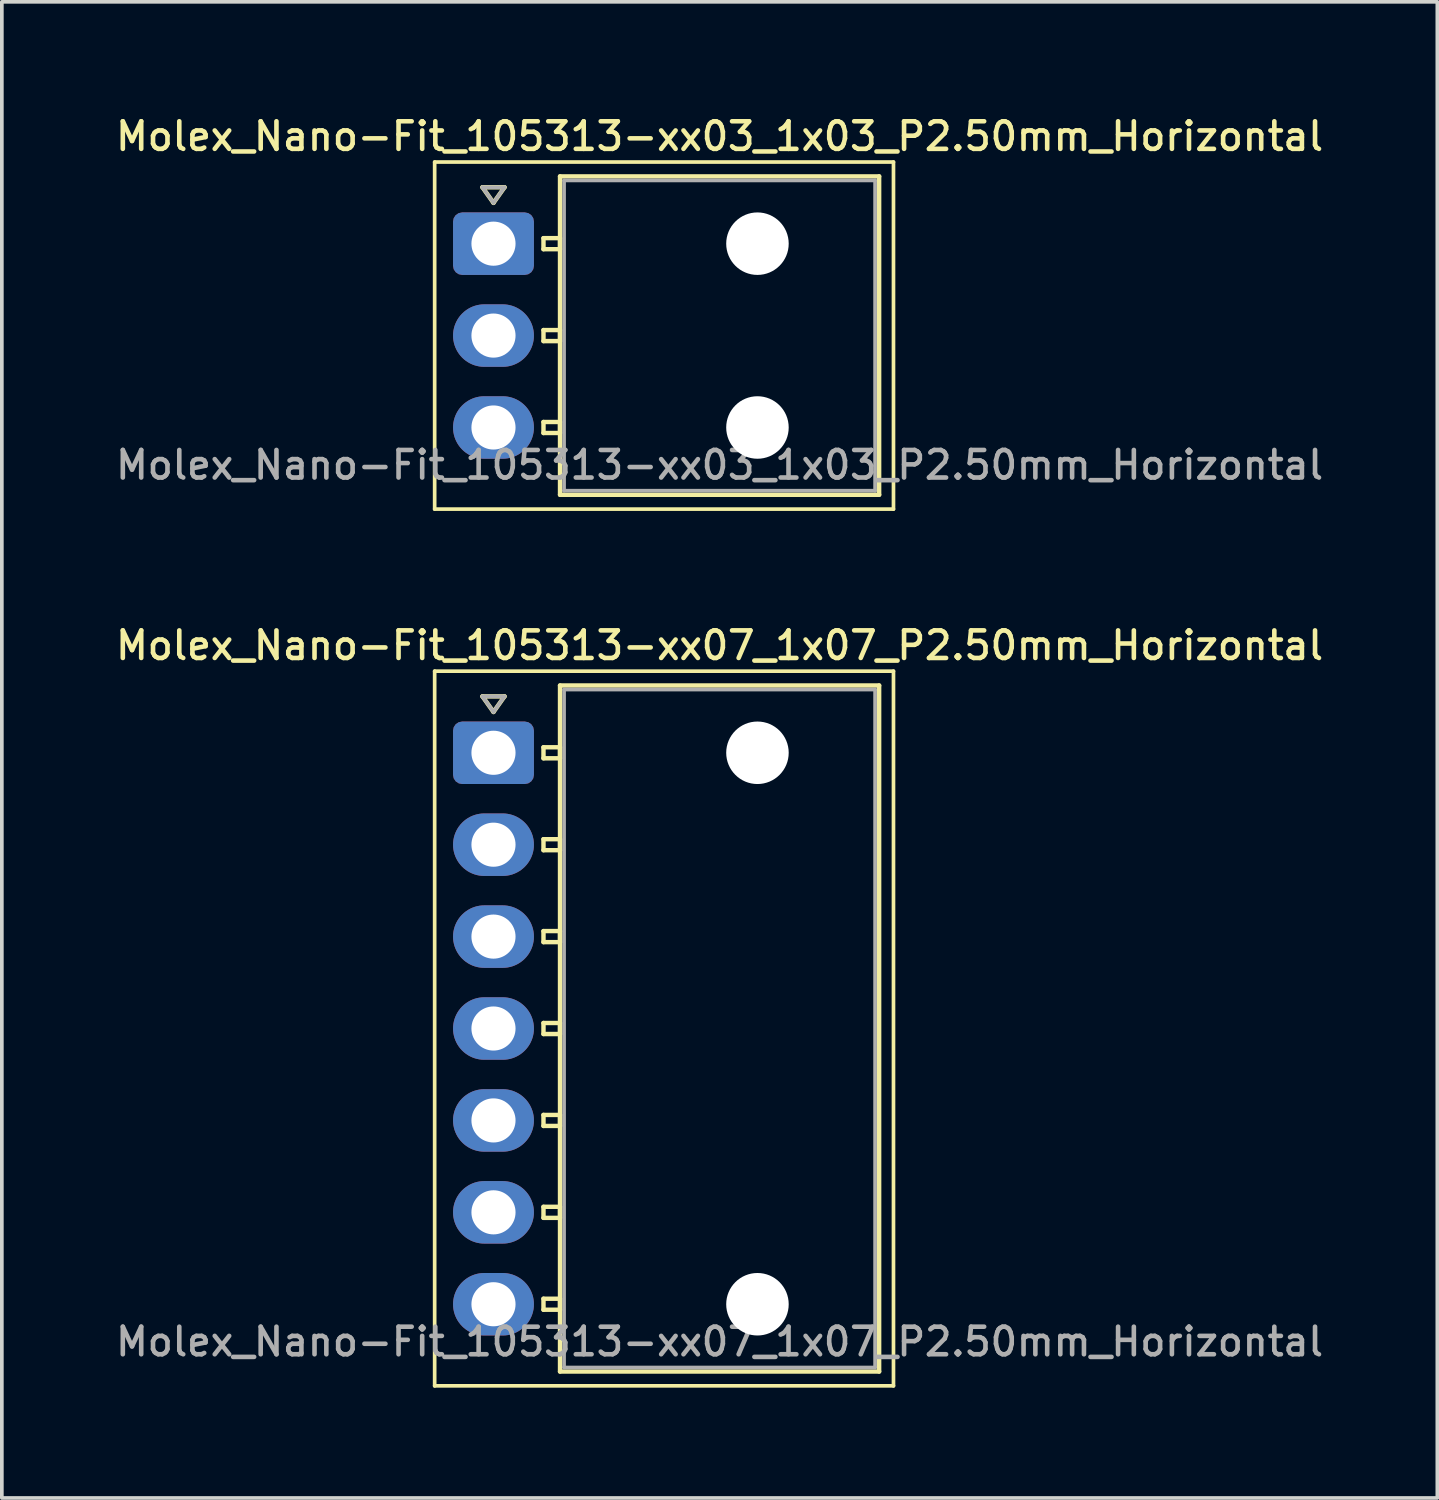
<source format=kicad_pcb>
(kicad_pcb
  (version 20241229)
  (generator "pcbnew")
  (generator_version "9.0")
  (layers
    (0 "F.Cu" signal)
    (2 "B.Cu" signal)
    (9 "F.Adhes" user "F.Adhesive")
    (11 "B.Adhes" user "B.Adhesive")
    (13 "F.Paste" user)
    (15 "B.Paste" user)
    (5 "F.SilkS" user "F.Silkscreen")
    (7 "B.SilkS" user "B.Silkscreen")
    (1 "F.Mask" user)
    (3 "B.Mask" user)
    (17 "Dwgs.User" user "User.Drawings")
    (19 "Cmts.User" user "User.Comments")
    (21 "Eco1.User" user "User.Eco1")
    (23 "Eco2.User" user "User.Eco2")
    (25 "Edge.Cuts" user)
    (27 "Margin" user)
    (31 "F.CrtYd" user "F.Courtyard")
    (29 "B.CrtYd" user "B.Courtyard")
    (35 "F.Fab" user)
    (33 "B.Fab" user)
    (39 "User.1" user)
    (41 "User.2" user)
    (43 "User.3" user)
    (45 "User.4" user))
  (footprint "Molex_Nano-Fit_105313-xx07_1x07_P2.50mm_Horizontal"
    (layer "F.Cu")
    (at 10.373 17.426)
    (property "Reference" "Molex_Nano-Fit_105313-xx07_1x07_P2.50mm_Horizontal" (at 6.15 -2.92 0) (layer "F.SilkS") (effects (font (size 0.75 0.75) (thickness 0.125))))
    (attr through_hole)
    (fp_line (start -1.6 -2.22) (end -1.6 17.22) (stroke (width 0.1) (type solid)) (layer "F.SilkS"))
    (fp_line (start -1.6 17.22) (end 10.88 17.22) (stroke (width 0.1) (type solid)) (layer "F.SilkS"))
    (fp_line (start -0.3 -1.534) (end 0 -1.11) (stroke (width 0.12) (type solid)) (layer "F.SilkS"))
    (fp_line (start 0 -1.11) (end 0.3 -1.534) (stroke (width 0.12) (type solid)) (layer "F.SilkS"))
    (fp_line (start 0.3 -1.534) (end -0.3 -1.534) (stroke (width 0.12) (type solid)) (layer "F.SilkS"))
    (fp_line (start 1.36 -0.15) (end 1.36 0.15) (stroke (width 0.12) (type solid)) (layer "F.SilkS"))
    (fp_line (start 1.36 0.15) (end 1.81 0.15) (stroke (width 0.12) (type solid)) (layer "F.SilkS"))
    (fp_line (start 1.36 2.35) (end 1.36 2.65) (stroke (width 0.12) (type solid)) (layer "F.SilkS"))
    (fp_line (start 1.36 2.65) (end 1.81 2.65) (stroke (width 0.12) (type solid)) (layer "F.SilkS"))
    (fp_line (start 1.36 4.85) (end 1.36 5.15) (stroke (width 0.12) (type solid)) (layer "F.SilkS"))
    (fp_line (start 1.36 5.15) (end 1.81 5.15) (stroke (width 0.12) (type solid)) (layer "F.SilkS"))
    (fp_line (start 1.36 7.35) (end 1.36 7.65) (stroke (width 0.12) (type solid)) (layer "F.SilkS"))
    (fp_line (start 1.36 7.65) (end 1.81 7.65) (stroke (width 0.12) (type solid)) (layer "F.SilkS"))
    (fp_line (start 1.36 9.85) (end 1.36 10.15) (stroke (width 0.12) (type solid)) (layer "F.SilkS"))
    (fp_line (start 1.36 10.15) (end 1.81 10.15) (stroke (width 0.12) (type solid)) (layer "F.SilkS"))
    (fp_line (start 1.36 12.35) (end 1.36 12.65) (stroke (width 0.12) (type solid)) (layer "F.SilkS"))
    (fp_line (start 1.36 12.65) (end 1.81 12.65) (stroke (width 0.12) (type solid)) (layer "F.SilkS"))
    (fp_line (start 1.36 14.85) (end 1.36 15.15) (stroke (width 0.12) (type solid)) (layer "F.SilkS"))
    (fp_line (start 1.36 15.15) (end 1.81 15.15) (stroke (width 0.12) (type solid)) (layer "F.SilkS"))
    (fp_line (start 1.81 -1.83) (end 1.81 16.83) (stroke (width 0.12) (type solid)) (layer "F.SilkS"))
    (fp_line (start 1.81 -0.15) (end 1.36 -0.15) (stroke (width 0.12) (type solid)) (layer "F.SilkS"))
    (fp_line (start 1.81 0.15) (end 1.81 -0.15) (stroke (width 0.12) (type solid)) (layer "F.SilkS"))
    (fp_line (start 1.81 2.35) (end 1.36 2.35) (stroke (width 0.12) (type solid)) (layer "F.SilkS"))
    (fp_line (start 1.81 2.65) (end 1.81 2.35) (stroke (width 0.12) (type solid)) (layer "F.SilkS"))
    (fp_line (start 1.81 4.85) (end 1.36 4.85) (stroke (width 0.12) (type solid)) (layer "F.SilkS"))
    (fp_line (start 1.81 5.15) (end 1.81 4.85) (stroke (width 0.12) (type solid)) (layer "F.SilkS"))
    (fp_line (start 1.81 7.35) (end 1.36 7.35) (stroke (width 0.12) (type solid)) (layer "F.SilkS"))
    (fp_line (start 1.81 7.65) (end 1.81 7.35) (stroke (width 0.12) (type solid)) (layer "F.SilkS"))
    (fp_line (start 1.81 9.85) (end 1.36 9.85) (stroke (width 0.12) (type solid)) (layer "F.SilkS"))
    (fp_line (start 1.81 10.15) (end 1.81 9.85) (stroke (width 0.12) (type solid)) (layer "F.SilkS"))
    (fp_line (start 1.81 12.35) (end 1.36 12.35) (stroke (width 0.12) (type solid)) (layer "F.SilkS"))
    (fp_line (start 1.81 12.65) (end 1.81 12.35) (stroke (width 0.12) (type solid)) (layer "F.SilkS"))
    (fp_line (start 1.81 14.85) (end 1.36 14.85) (stroke (width 0.12) (type solid)) (layer "F.SilkS"))
    (fp_line (start 1.81 15.15) (end 1.81 14.85) (stroke (width 0.12) (type solid)) (layer "F.SilkS"))
    (fp_line (start 1.81 16.83) (end 10.49 16.83) (stroke (width 0.12) (type solid)) (layer "F.SilkS"))
    (fp_line (start 10.49 -1.83) (end 1.81 -1.83) (stroke (width 0.12) (type solid)) (layer "F.SilkS"))
    (fp_line (start 10.49 16.83) (end 10.49 -1.83) (stroke (width 0.12) (type solid)) (layer "F.SilkS"))
    (fp_line (start 10.88 -2.22) (end -1.6 -2.22) (stroke (width 0.1) (type solid)) (layer "F.SilkS"))
    (fp_line (start 10.88 17.22) (end 10.88 -2.22) (stroke (width 0.1) (type solid)) (layer "F.SilkS"))
    (fp_line (start -0.3 -1.534) (end 0 -1.11) (stroke (width 0.1) (type solid)) (layer "F.Fab"))
    (fp_line (start 0 -1.11) (end 0.3 -1.534) (stroke (width 0.1) (type solid)) (layer "F.Fab"))
    (fp_line (start 0.3 -1.534) (end -0.3 -1.534) (stroke (width 0.1) (type solid)) (layer "F.Fab"))
    (fp_line (start 1.92 -1.72) (end 1.92 16.72) (stroke (width 0.1) (type solid)) (layer "F.Fab"))
    (fp_line (start 1.92 16.72) (end 10.38 16.72) (stroke (width 0.1) (type solid)) (layer "F.Fab"))
    (fp_line (start 10.38 -1.72) (end 1.92 -1.72) (stroke (width 0.1) (type solid)) (layer "F.Fab"))
    (fp_line (start 10.38 16.72) (end 10.38 -1.72) (stroke (width 0.1) (type solid)) (layer "F.Fab"))
    (fp_text user "${REFERENCE}" (at 6.15 16.02 0) (layer "F.Fab") (effects (font (size 0.75 0.75) (thickness 0.125))))
    (pad "" np_thru_hole circle (at 7.18 0) (size 1.7 1.7) (drill 1.7) (layers "*.Cu" "*.Mask"))
    (pad "" np_thru_hole circle (at 7.18 15) (size 1.7 1.7) (drill 1.7) (layers "*.Cu" "*.Mask"))
    (pad "1" thru_hole roundrect (at 0 0) (size 2.2 1.7) (drill 1.2) (layers "*.Cu" "*.Mask") (roundrect_rratio 0.147))
    (pad "2" thru_hole oval (at 0 2.5) (size 2.2 1.7) (drill 1.2) (layers "*.Cu" "*.Mask"))
    (pad "3" thru_hole oval (at 0 5) (size 2.2 1.7) (drill 1.2) (layers "*.Cu" "*.Mask"))
    (pad "4" thru_hole oval (at 0 7.5) (size 2.2 1.7) (drill 1.2) (layers "*.Cu" "*.Mask"))
    (pad "5" thru_hole oval (at 0 10) (size 2.2 1.7) (drill 1.2) (layers "*.Cu" "*.Mask"))
    (pad "6" thru_hole oval (at 0 12.5) (size 2.2 1.7) (drill 1.2) (layers "*.Cu" "*.Mask"))
    (pad "7" thru_hole oval (at 0 15) (size 2.2 1.7) (drill 1.2) (layers "*.Cu" "*.Mask")))
  (footprint "Molex_Nano-Fit_105313-xx03_1x03_P2.50mm_Horizontal"
    (layer "F.Cu")
    (at 10.373 3.578)
    (property "Reference" "Molex_Nano-Fit_105313-xx03_1x03_P2.50mm_Horizontal" (at 6.15 -2.92 0) (layer "F.SilkS") (effects (font (size 0.75 0.75) (thickness 0.125))))
    (attr through_hole)
    (fp_line (start -1.6 -2.22) (end -1.6 7.22) (stroke (width 0.1) (type solid)) (layer "F.SilkS"))
    (fp_line (start -1.6 7.22) (end 10.88 7.22) (stroke (width 0.1) (type solid)) (layer "F.SilkS"))
    (fp_line (start -0.3 -1.534) (end 0 -1.11) (stroke (width 0.12) (type solid)) (layer "F.SilkS"))
    (fp_line (start 0 -1.11) (end 0.3 -1.534) (stroke (width 0.12) (type solid)) (layer "F.SilkS"))
    (fp_line (start 0.3 -1.534) (end -0.3 -1.534) (stroke (width 0.12) (type solid)) (layer "F.SilkS"))
    (fp_line (start 1.36 -0.15) (end 1.36 0.15) (stroke (width 0.12) (type solid)) (layer "F.SilkS"))
    (fp_line (start 1.36 0.15) (end 1.81 0.15) (stroke (width 0.12) (type solid)) (layer "F.SilkS"))
    (fp_line (start 1.36 2.35) (end 1.36 2.65) (stroke (width 0.12) (type solid)) (layer "F.SilkS"))
    (fp_line (start 1.36 2.65) (end 1.81 2.65) (stroke (width 0.12) (type solid)) (layer "F.SilkS"))
    (fp_line (start 1.36 4.85) (end 1.36 5.15) (stroke (width 0.12) (type solid)) (layer "F.SilkS"))
    (fp_line (start 1.36 5.15) (end 1.81 5.15) (stroke (width 0.12) (type solid)) (layer "F.SilkS"))
    (fp_line (start 1.81 -1.83) (end 1.81 6.83) (stroke (width 0.12) (type solid)) (layer "F.SilkS"))
    (fp_line (start 1.81 -0.15) (end 1.36 -0.15) (stroke (width 0.12) (type solid)) (layer "F.SilkS"))
    (fp_line (start 1.81 0.15) (end 1.81 -0.15) (stroke (width 0.12) (type solid)) (layer "F.SilkS"))
    (fp_line (start 1.81 2.35) (end 1.36 2.35) (stroke (width 0.12) (type solid)) (layer "F.SilkS"))
    (fp_line (start 1.81 2.65) (end 1.81 2.35) (stroke (width 0.12) (type solid)) (layer "F.SilkS"))
    (fp_line (start 1.81 4.85) (end 1.36 4.85) (stroke (width 0.12) (type solid)) (layer "F.SilkS"))
    (fp_line (start 1.81 5.15) (end 1.81 4.85) (stroke (width 0.12) (type solid)) (layer "F.SilkS"))
    (fp_line (start 1.81 6.83) (end 10.49 6.83) (stroke (width 0.12) (type solid)) (layer "F.SilkS"))
    (fp_line (start 10.49 -1.83) (end 1.81 -1.83) (stroke (width 0.12) (type solid)) (layer "F.SilkS"))
    (fp_line (start 10.49 6.83) (end 10.49 -1.83) (stroke (width 0.12) (type solid)) (layer "F.SilkS"))
    (fp_line (start 10.88 -2.22) (end -1.6 -2.22) (stroke (width 0.1) (type solid)) (layer "F.SilkS"))
    (fp_line (start 10.88 7.22) (end 10.88 -2.22) (stroke (width 0.1) (type solid)) (layer "F.SilkS"))
    (fp_line (start -0.3 -1.534) (end 0 -1.11) (stroke (width 0.1) (type solid)) (layer "F.Fab"))
    (fp_line (start 0 -1.11) (end 0.3 -1.534) (stroke (width 0.1) (type solid)) (layer "F.Fab"))
    (fp_line (start 0.3 -1.534) (end -0.3 -1.534) (stroke (width 0.1) (type solid)) (layer "F.Fab"))
    (fp_line (start 1.92 -1.72) (end 1.92 6.72) (stroke (width 0.1) (type solid)) (layer "F.Fab"))
    (fp_line (start 1.92 6.72) (end 10.38 6.72) (stroke (width 0.1) (type solid)) (layer "F.Fab"))
    (fp_line (start 10.38 -1.72) (end 1.92 -1.72) (stroke (width 0.1) (type solid)) (layer "F.Fab"))
    (fp_line (start 10.38 6.72) (end 10.38 -1.72) (stroke (width 0.1) (type solid)) (layer "F.Fab"))
    (fp_text user "${REFERENCE}" (at 6.15 6.02 0) (layer "F.Fab") (effects (font (size 0.75 0.75) (thickness 0.125))))
    (pad "" np_thru_hole circle (at 7.18 0) (size 1.7 1.7) (drill 1.7) (layers "*.Cu" "*.Mask"))
    (pad "" np_thru_hole circle (at 7.18 5) (size 1.7 1.7) (drill 1.7) (layers "*.Cu" "*.Mask"))
    (pad "1" thru_hole roundrect (at 0 0) (size 2.2 1.7) (drill 1.2) (layers "*.Cu" "*.Mask") (roundrect_rratio 0.147))
    (pad "2" thru_hole oval (at 0 2.5) (size 2.2 1.7) (drill 1.2) (layers "*.Cu" "*.Mask"))
    (pad "3" thru_hole oval (at 0 5) (size 2.2 1.7) (drill 1.2) (layers "*.Cu" "*.Mask")))
  (gr_rect
    (start -3 -3)
    (end 36.046 37.696)
    (stroke (width 0.1) (type default))
    (fill no)
    (layer "Edge.Cuts")))
</source>
